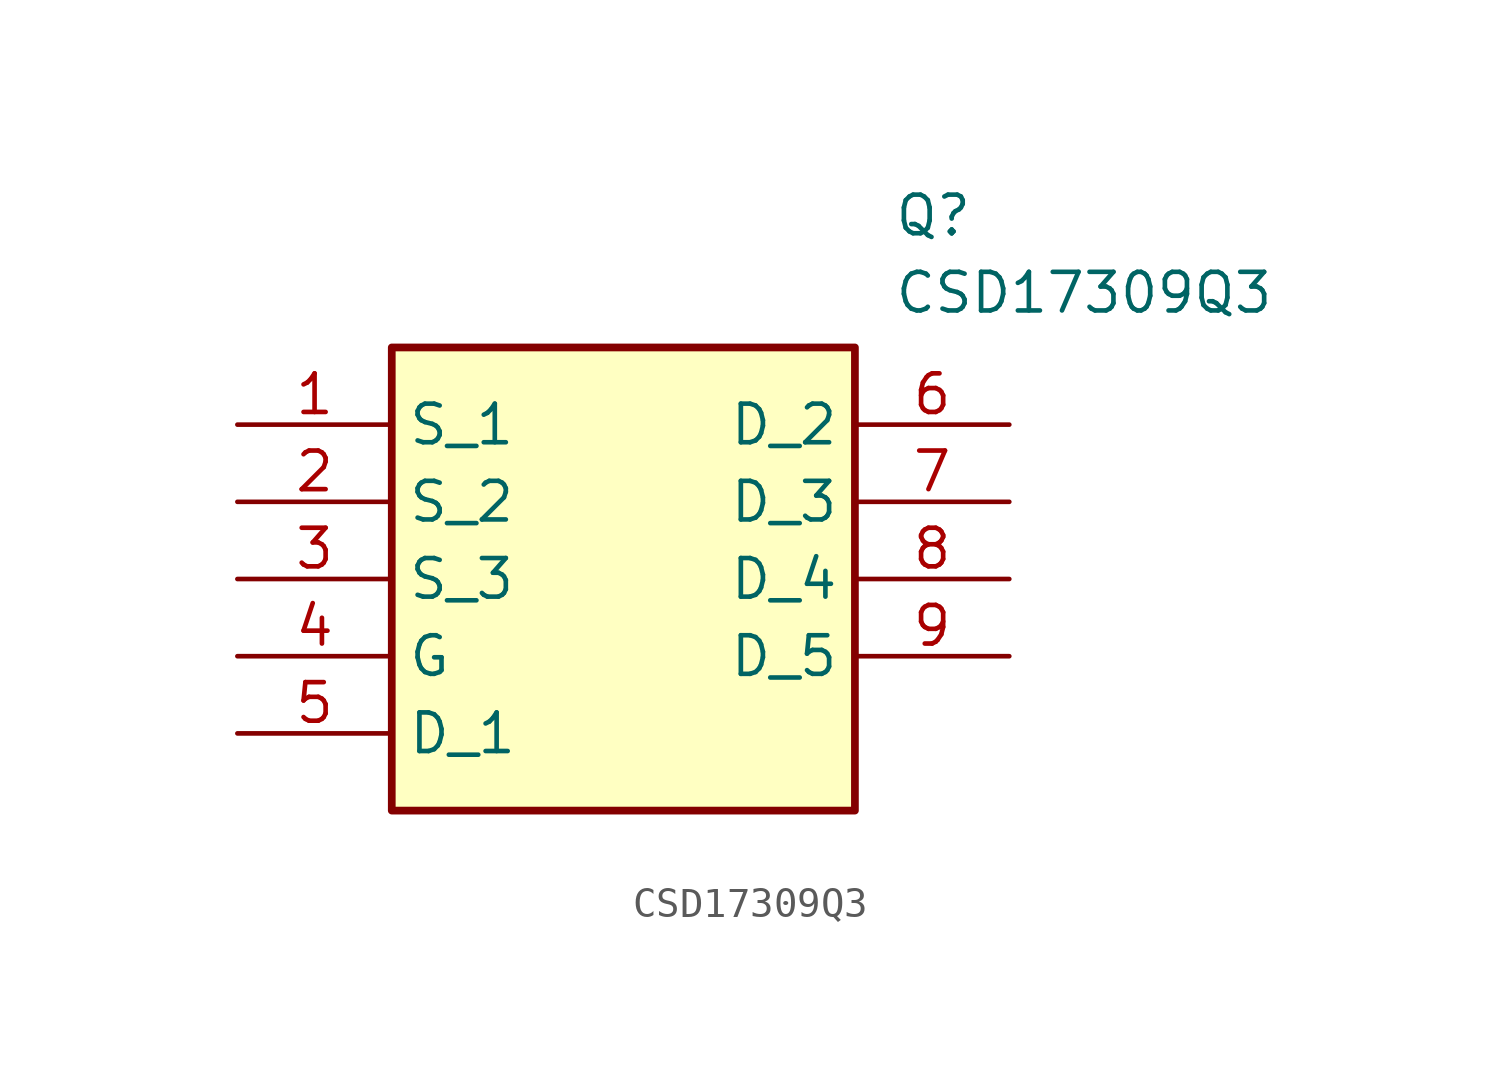
<source format=kicad_sym>
(kicad_symbol_lib
  (version 20211014)
  (generator SamacSys_ECAD_Model)
  (symbol "CSD17309Q3"
    (property "Reference" "Q"
      (at 21.59 7.62 0)
      (effects (font (size 1.27 1.27)) (justify left top)))
    (property "Value" "CSD17309Q3"
      (at 21.59 5.08 0)
      (effects (font (size 1.27 1.27)) (justify left top)))
    (rectangle
      (start 5.08 2.54)
      (end 20.32 -12.7)
      (stroke (width 0.254) (type default))
      (fill (type background)))
    (pin passive line
      (at 0 0 0)
      (length 5.08)
      (name "S_1" (effects (font (size 1.27 1.27))))
      (number "1" (effects (font (size 1.27 1.27)))))
    (pin passive line
      (at 0 -2.54 0)
      (length 5.08)
      (name "S_2" (effects (font (size 1.27 1.27))))
      (number "2" (effects (font (size 1.27 1.27)))))
    (pin passive line
      (at 0 -5.08 0)
      (length 5.08)
      (name "S_3" (effects (font (size 1.27 1.27))))
      (number "3" (effects (font (size 1.27 1.27)))))
    (pin passive line
      (at 0 -7.62 0)
      (length 5.08)
      (name "G" (effects (font (size 1.27 1.27))))
      (number "4" (effects (font (size 1.27 1.27)))))
    (pin passive line
      (at 0 -10.16 0)
      (length 5.08)
      (name "D_1" (effects (font (size 1.27 1.27))))
      (number "5" (effects (font (size 1.27 1.27)))))
    (pin passive line
      (at 25.4 0 180)
      (length 5.08)
      (name "D_2" (effects (font (size 1.27 1.27))))
      (number "6" (effects (font (size 1.27 1.27)))))
    (pin passive line
      (at 25.4 -2.54 180)
      (length 5.08)
      (name "D_3" (effects (font (size 1.27 1.27))))
      (number "7" (effects (font (size 1.27 1.27)))))
    (pin passive line
      (at 25.4 -5.08 180)
      (length 5.08)
      (name "D_4" (effects (font (size 1.27 1.27))))
      (number "8" (effects (font (size 1.27 1.27)))))
    (pin passive line
      (at 25.4 -7.62 180)
      (length 5.08)
      (name "D_5" (effects (font (size 1.27 1.27))))
      (number "9" (effects (font (size 1.27 1.27)))))))
</source>
